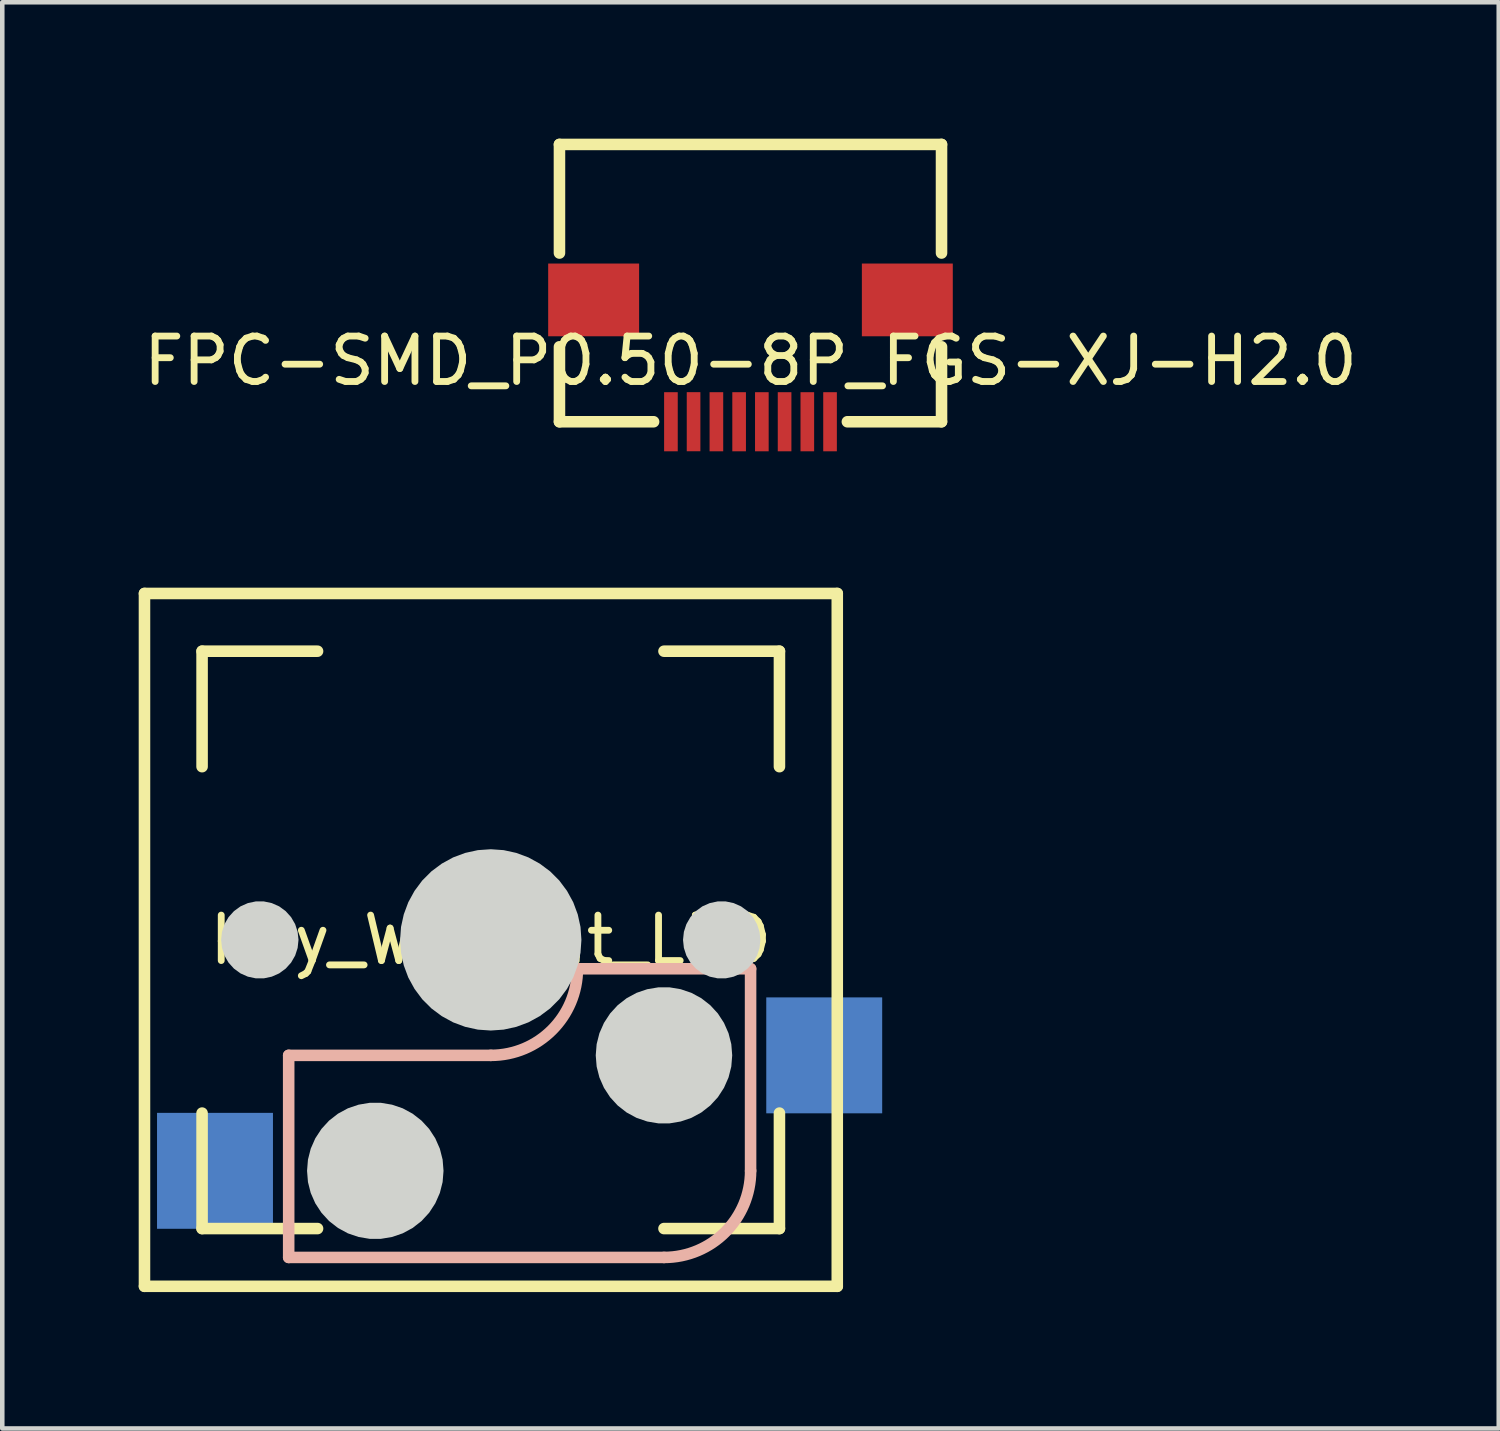
<source format=kicad_pcb>
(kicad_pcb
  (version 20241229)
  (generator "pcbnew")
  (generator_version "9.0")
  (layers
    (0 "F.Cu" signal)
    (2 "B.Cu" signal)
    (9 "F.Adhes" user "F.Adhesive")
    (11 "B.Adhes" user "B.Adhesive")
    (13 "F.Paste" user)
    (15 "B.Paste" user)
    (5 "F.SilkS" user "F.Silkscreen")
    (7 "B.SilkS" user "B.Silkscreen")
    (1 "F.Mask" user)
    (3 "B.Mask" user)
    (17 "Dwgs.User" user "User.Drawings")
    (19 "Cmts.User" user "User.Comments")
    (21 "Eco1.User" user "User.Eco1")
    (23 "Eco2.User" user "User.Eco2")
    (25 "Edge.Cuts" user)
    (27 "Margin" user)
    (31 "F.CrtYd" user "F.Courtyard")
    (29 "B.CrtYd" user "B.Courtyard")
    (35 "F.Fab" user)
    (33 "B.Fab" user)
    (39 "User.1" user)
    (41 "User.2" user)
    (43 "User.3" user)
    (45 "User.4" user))
  (footprint "FPC-SMD_P0.50-8P_FGS-XJ-H2.0"
    (layer "F.Cu")
    (at 13.458 4.887)
    (property "Reference" "FPC-SMD_P0.50-8P_FGS-XJ-H2.0" (at 0 0 0) (layer "F.SilkS") (effects (font (size 1 1) (thickness 0.15))))
    (fp_line (start -4.202 -4.76) (end -4.202 -2.371) (stroke (width 0.254) (type default)) (layer "F.SilkS"))
    (fp_line (start -4.202 -4.76) (end 4.202 -4.76) (stroke (width 0.254) (type default)) (layer "F.SilkS"))
    (fp_line (start -4.202 -0.309) (end -4.202 1.34) (stroke (width 0.254) (type default)) (layer "F.SilkS"))
    (fp_line (start -4.202 1.34) (end -2.131 1.34) (stroke (width 0.254) (type default)) (layer "F.SilkS"))
    (fp_line (start 2.131 1.34) (end 4.202 1.34) (stroke (width 0.254) (type default)) (layer "F.SilkS"))
    (fp_line (start 4.202 -2.371) (end 4.202 -4.76) (stroke (width 0.254) (type default)) (layer "F.SilkS"))
    (fp_line (start 4.202 1.34) (end 4.202 -0.309) (stroke (width 0.254) (type default)) (layer "F.SilkS"))
    (fp_poly (pts (xy -2.99 -0.97) (xy -4.2 -0.97) (xy -4.21 -1.88) (xy -2.99 -1.88)) (stroke (width 0.1) (type default)) (fill no) (layer "User.1"))
    (fp_poly (pts (xy -1.85 1.27) (xy -1.65 1.27) (xy -1.65 0.58) (xy -1.85 0.58)) (stroke (width 0.1) (type default)) (fill no) (layer "User.1"))
    (fp_poly (pts (xy -1.352 1.268) (xy -1.152 1.268) (xy -1.152 0.579) (xy -1.352 0.579)) (stroke (width 0.1) (type default)) (fill no) (layer "User.1"))
    (fp_poly (pts (xy -0.85 1.27) (xy -0.65 1.27) (xy -0.65 0.58) (xy -0.85 0.58)) (stroke (width 0.1) (type default)) (fill no) (layer "User.1"))
    (fp_poly (pts (xy -0.35 1.27) (xy -0.15 1.27) (xy -0.15 0.58) (xy -0.35 0.58)) (stroke (width 0.1) (type default)) (fill no) (layer "User.1"))
    (fp_poly (pts (xy 0.15 1.27) (xy 0.35 1.27) (xy 0.35 0.58) (xy 0.15 0.58)) (stroke (width 0.1) (type default)) (fill no) (layer "User.1"))
    (fp_poly (pts (xy 0.65 1.27) (xy 0.851 1.27) (xy 0.851 0.58) (xy 0.65 0.58)) (stroke (width 0.1) (type default)) (fill no) (layer "User.1"))
    (fp_poly (pts (xy 1.15 1.27) (xy 1.35 1.27) (xy 1.35 0.58) (xy 1.15 0.58)) (stroke (width 0.1) (type default)) (fill no) (layer "User.1"))
    (fp_poly (pts (xy 1.65 1.27) (xy 1.85 1.27) (xy 1.85 0.58) (xy 1.65 0.58)) (stroke (width 0.1) (type default)) (fill no) (layer "User.1"))
    (fp_poly (pts (xy 2.99 -1.88) (xy 4.2 -1.88) (xy 4.21 -0.97) (xy 2.99 -0.97)) (stroke (width 0.1) (type default)) (fill no) (layer "User.1"))
    (fp_line (start -4.2 -3.56) (end -3.8 -3.56) (stroke (width 0.051) (type default)) (layer "User.2"))
    (fp_line (start -4.2 0.59) (end -4.2 -3.56) (stroke (width 0.051) (type default)) (layer "User.2"))
    (fp_line (start -3.8 -4.5) (end 3.8 -4.5) (stroke (width 0.051) (type default)) (layer "User.2"))
    (fp_line (start -3.8 -3.61) (end -3.8 -4.5) (stroke (width 0.051) (type default)) (layer "User.2"))
    (fp_line (start -3.8 -3.56) (end -3.25 -3.56) (stroke (width 0.051) (type default)) (layer "User.2"))
    (fp_line (start -3.25 -3.61) (end -3.8 -3.61) (stroke (width 0.051) (type default)) (layer "User.2"))
    (fp_line (start -3.25 -3.56) (end -3.25 -3.61) (stroke (width 0.051) (type default)) (layer "User.2"))
    (fp_line (start 3.25 -3.61) (end 3.25 -3.56) (stroke (width 0.051) (type default)) (layer "User.2"))
    (fp_line (start 3.25 -3.56) (end 4.2 -3.56) (stroke (width 0.051) (type default)) (layer "User.2"))
    (fp_line (start 3.8 -4.5) (end 3.8 -3.61) (stroke (width 0.051) (type default)) (layer "User.2"))
    (fp_line (start 3.8 -3.61) (end 3.25 -3.61) (stroke (width 0.051) (type default)) (layer "User.2"))
    (fp_line (start 4.19 0.59) (end -4.2 0.59) (stroke (width 0.051) (type default)) (layer "User.2"))
    (fp_line (start 4.2 -3.56) (end 4.2 0.58) (stroke (width 0.051) (type default)) (layer "User.2"))
    (fp_line (start 4.2 0.58) (end 4.19 0.59) (stroke (width 0.051) (type default)) (layer "User.2"))
    (fp_poly (pts (xy -4.15 1.27) (xy -4.168 1.228) (xy -4.21 1.21) (xy -4.252 1.228) (xy -4.27 1.27) (xy -4.252 1.312) (xy -4.21 1.33) (xy -4.168 1.312)) (stroke (width 0.1) (type default)) (fill no) (layer "User.3"))
    (pad "1" smd rect (at -1.75 1.34) (size 0.3 1.3) (layers "F.Cu" "F.Mask" "F.Paste"))
    (pad "2" smd rect (at -1.252 1.339) (size 0.3 1.3) (layers "F.Cu" "F.Mask" "F.Paste"))
    (pad "3" smd rect (at -0.75 1.34) (size 0.3 1.3) (layers "F.Cu" "F.Mask" "F.Paste"))
    (pad "4" smd rect (at -0.25 1.34) (size 0.3 1.3) (layers "F.Cu" "F.Mask" "F.Paste"))
    (pad "5" smd rect (at 0.25 1.34) (size 0.3 1.3) (layers "F.Cu" "F.Mask" "F.Paste"))
    (pad "6" smd rect (at 0.75 1.34) (size 0.3 1.3) (layers "F.Cu" "F.Mask" "F.Paste"))
    (pad "7" smd rect (at 1.25 1.34) (size 0.3 1.3) (layers "F.Cu" "F.Mask" "F.Paste"))
    (pad "8" smd rect (at 1.75 1.34) (size 0.3 1.3) (layers "F.Cu" "F.Mask" "F.Paste"))
    (pad "9" smd rect (at 3.45 -1.34 270) (size 1.6 2) (layers "F.Cu" "F.Mask" "F.Paste"))
    (pad "10" smd rect (at -3.45 -1.34 270) (size 1.6 2) (layers "F.Cu" "F.Mask" "F.Paste")))
  (footprint "Key_Without_LED"
    (layer "F.Cu")
    (at 7.745 17.624)
    (property "Reference" "Key_Without_LED" (at 0 0 0) (layer "F.SilkS") (effects (font (size 1 1) (thickness 0.15))))
    (fp_line (start -7.617 -7.62) (end 7.622 -7.62) (stroke (width 0.254) (type default)) (layer "F.SilkS"))
    (fp_line (start -7.617 7.62) (end -7.617 -7.62) (stroke (width 0.254) (type default)) (layer "F.SilkS"))
    (fp_line (start -6.35 -6.35) (end -6.35 -3.81) (stroke (width 0.254) (type default)) (layer "F.SilkS"))
    (fp_line (start -6.35 3.81) (end -6.35 6.35) (stroke (width 0.254) (type default)) (layer "F.SilkS"))
    (fp_line (start -6.35 6.35) (end -3.81 6.35) (stroke (width 0.254) (type default)) (layer "F.SilkS"))
    (fp_line (start -3.81 -6.35) (end -6.35 -6.35) (stroke (width 0.254) (type default)) (layer "F.SilkS"))
    (fp_line (start 6.35 -6.35) (end 3.81 -6.35) (stroke (width 0.254) (type default)) (layer "F.SilkS"))
    (fp_line (start 6.35 -3.81) (end 6.35 -6.35) (stroke (width 0.254) (type default)) (layer "F.SilkS"))
    (fp_line (start 6.35 3.81) (end 6.35 6.35) (stroke (width 0.254) (type default)) (layer "F.SilkS"))
    (fp_line (start 6.35 6.35) (end 3.81 6.35) (stroke (width 0.254) (type default)) (layer "F.SilkS"))
    (fp_line (start 7.622 -7.62) (end 7.622 7.62) (stroke (width 0.254) (type default)) (layer "F.SilkS"))
    (fp_line (start 7.622 7.62) (end -7.617 7.62) (stroke (width 0.254) (type default)) (layer "F.SilkS"))
    (fp_line (start -4.445 2.54) (end -4.445 6.985) (stroke (width 0.254) (type default)) (layer "B.SilkS"))
    (fp_line (start -4.445 2.54) (end 0 2.54) (stroke (width 0.254) (type default)) (layer "B.SilkS"))
    (fp_line (start -4.445 6.985) (end 3.81 6.985) (stroke (width 0.254) (type default)) (layer "B.SilkS"))
    (fp_line (start 5.715 0.635) (end 1.905 0.635) (stroke (width 0.254) (type default)) (layer "B.SilkS"))
    (fp_line (start 5.715 5.08) (end 5.715 0.635) (stroke (width 0.254) (type default)) (layer "B.SilkS"))
    (fp_arc (start 1.906 0.635) (mid 1.348038 1.982038) (end 0.001 2.54) (stroke (width 0.254) (type default)) (layer "B.SilkS"))
    (fp_arc (start 5.716 5.08) (mid 5.158038 6.427038) (end 3.811 6.985) (stroke (width 0.254) (type default)) (layer "B.SilkS"))
    (fp_poly (pts (xy -4.229 0) (xy -4.248 -0.177) (xy -4.303 -0.346) (xy -4.392 -0.5) (xy -4.511 -0.632) (xy -4.654 -0.737) (xy -4.817 -0.809) (xy -4.991 -0.846) (xy -5.169 -0.846) (xy -5.343 -0.809) (xy -5.505 -0.737) (xy -5.649 -0.632) (xy -5.768 -0.5) (xy -5.857 -0.346) (xy -5.912 -0.177) (xy -5.931 0) (xy -5.912 0.177) (xy -5.857 0.346) (xy -5.768 0.5) (xy -5.649 0.632) (xy -5.505 0.737) (xy -5.343 0.809) (xy -5.169 0.846) (xy -4.991 0.846) (xy -4.817 0.809) (xy -4.654 0.737) (xy -4.511 0.632) (xy -4.392 0.5) (xy -4.303 0.346) (xy -4.248 0.177)) (stroke (width 0) (type default)) (fill yes) (layer "Edge.Cuts"))
    (fp_poly (pts (xy 5.931 0) (xy 5.912 -0.177) (xy 5.857 -0.346) (xy 5.768 -0.5) (xy 5.649 -0.632) (xy 5.505 -0.737) (xy 5.343 -0.809) (xy 5.169 -0.846) (xy 4.991 -0.846) (xy 4.817 -0.809) (xy 4.654 -0.737) (xy 4.511 -0.632) (xy 4.392 -0.5) (xy 4.303 -0.346) (xy 4.248 -0.177) (xy 4.229 0) (xy 4.248 0.177) (xy 4.303 0.346) (xy 4.392 0.5) (xy 4.511 0.632) (xy 4.654 0.737) (xy 4.817 0.809) (xy 4.991 0.846) (xy 5.169 0.846) (xy 5.343 0.809) (xy 5.505 0.737) (xy 5.649 0.632) (xy 5.768 0.5) (xy 5.857 0.346) (xy 5.912 0.177)) (stroke (width 0) (type default)) (fill yes) (layer "Edge.Cuts"))
    (fp_poly (pts (xy -1.039 5.08) (xy -1.059 4.833) (xy -1.12 4.593) (xy -1.22 4.366) (xy -1.355 4.158) (xy -1.523 3.976) (xy -1.719 3.823) (xy -1.937 3.705) (xy -2.172 3.625) (xy -2.416 3.584) (xy -2.664 3.584) (xy -2.908 3.625) (xy -3.143 3.705) (xy -3.361 3.823) (xy -3.557 3.976) (xy -3.724 4.158) (xy -3.86 4.366) (xy -3.96 4.593) (xy -4.021 4.833) (xy -4.041 5.08) (xy -4.021 5.327) (xy -3.96 5.567) (xy -3.86 5.794) (xy -3.724 6.002) (xy -3.557 6.184) (xy -3.361 6.337) (xy -3.143 6.455) (xy -2.908 6.535) (xy -2.664 6.576) (xy -2.416 6.576) (xy -2.172 6.535) (xy -1.937 6.455) (xy -1.719 6.337) (xy -1.523 6.184) (xy -1.355 6.002) (xy -1.22 5.794) (xy -1.12 5.567) (xy -1.059 5.327)) (stroke (width 0) (type default)) (fill yes) (layer "Edge.Cuts"))
    (fp_poly (pts (xy 5.311 2.54) (xy 5.291 2.293) (xy 5.23 2.053) (xy 5.13 1.826) (xy 4.995 1.618) (xy 4.827 1.436) (xy 4.631 1.283) (xy 4.413 1.165) (xy 4.178 1.085) (xy 3.934 1.044) (xy 3.686 1.044) (xy 3.442 1.085) (xy 3.207 1.165) (xy 2.989 1.283) (xy 2.793 1.436) (xy 2.626 1.618) (xy 2.49 1.826) (xy 2.39 2.053) (xy 2.329 2.293) (xy 2.309 2.54) (xy 2.329 2.787) (xy 2.39 3.027) (xy 2.49 3.254) (xy 2.626 3.462) (xy 2.793 3.644) (xy 2.989 3.797) (xy 3.207 3.915) (xy 3.442 3.995) (xy 3.686 4.036) (xy 3.934 4.036) (xy 4.178 3.995) (xy 4.413 3.915) (xy 4.631 3.797) (xy 4.827 3.644) (xy 4.995 3.462) (xy 5.13 3.254) (xy 5.23 3.027) (xy 5.291 2.787)) (stroke (width 0) (type default)) (fill yes) (layer "Edge.Cuts"))
    (fp_poly (pts (xy 1.994 0) (xy 1.974 -0.284) (xy 1.913 -0.562) (xy 1.814 -0.828) (xy 1.677 -1.078) (xy 1.507 -1.306) (xy 1.306 -1.507) (xy 1.078 -1.677) (xy 0.828 -1.814) (xy 0.562 -1.913) (xy 0.284 -1.974) (xy 0 -1.994) (xy -0.284 -1.974) (xy -0.562 -1.913) (xy -0.828 -1.814) (xy -1.078 -1.677) (xy -1.306 -1.507) (xy -1.507 -1.306) (xy -1.677 -1.078) (xy -1.814 -0.828) (xy -1.913 -0.562) (xy -1.974 -0.284) (xy -1.994 0) (xy -1.974 0.284) (xy -1.913 0.562) (xy -1.814 0.828) (xy -1.677 1.078) (xy -1.507 1.306) (xy -1.306 1.507) (xy -1.078 1.677) (xy -0.828 1.814) (xy -0.562 1.913) (xy -0.284 1.974) (xy 0 1.994) (xy 0.284 1.974) (xy 0.562 1.913) (xy 0.828 1.814) (xy 1.078 1.677) (xy 1.306 1.507) (xy 1.507 1.306) (xy 1.677 1.078) (xy 1.814 0.828) (xy 1.913 0.562) (xy 1.974 0.284)) (stroke (width 0) (type default)) (fill yes) (layer "Edge.Cuts"))
    (pad "1" smd rect (at -6.066 5.08 180) (size 2.55 2.55) (layers "B.Cu" "B.Mask" "B.Paste"))
    (pad "2" smd rect (at 7.335 2.54 180) (size 2.55 2.55) (layers "B.Cu" "B.Mask" "B.Paste")))
  (gr_rect
    (start -3 -3)
    (end 29.917 28.371)
    (stroke (width 0.1) (type default))
    (fill no)
    (layer "Edge.Cuts")))
</source>
